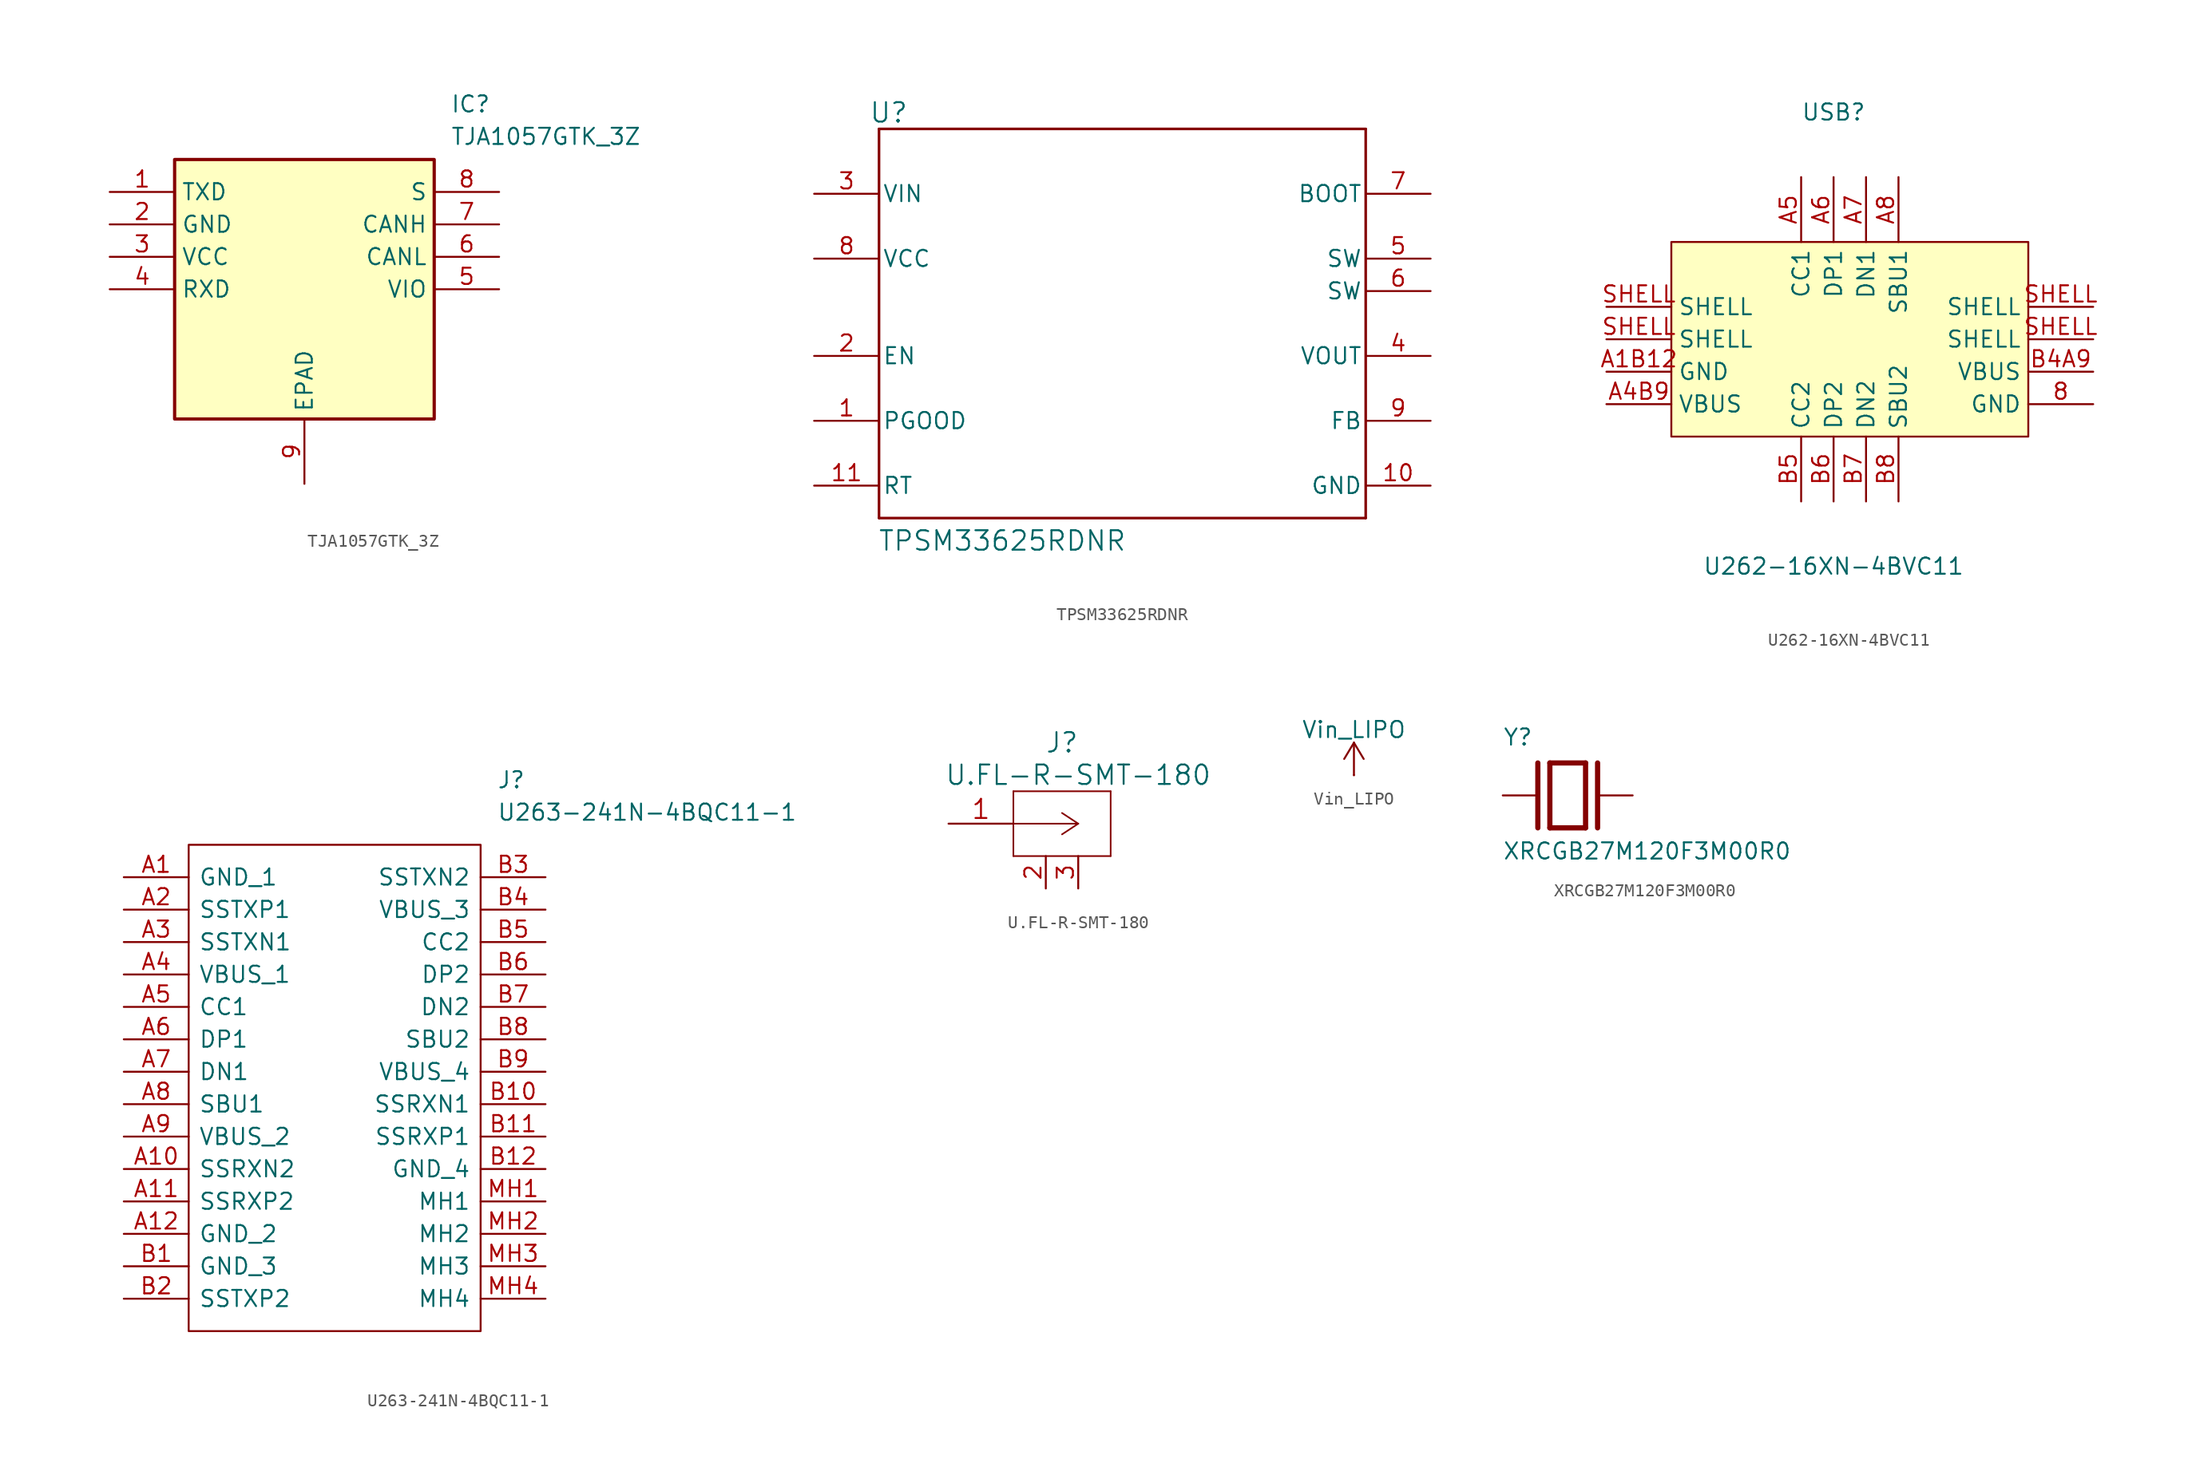
<source format=kicad_sym>
(kicad_symbol_lib
  (version 20231120)
  (generator "kicad_symbol_editor")
  (generator_version "8.0")
  (symbol "TJA1057GTK_3Z"
    (property "Reference" "IC"
      (at 26.67 7.62 0)
      (effects (font (size 1.27 1.27)) (justify left top)))
    (property "Value" "TJA1057GTK_3Z"
      (at 26.67 5.08 0)
      (effects (font (size 1.27 1.27)) (justify left top)))
    (symbol "TJA1057GTK_3Z_1_1"
      (rectangle (start 5.08 2.54) (end 25.4 -17.78) (stroke (width 0.254) (type default)) (fill (type background)))
      (pin passive line (at 0 0 0) (length 5.08) (name "TXD" (effects (font (size 1.27 1.27)))) (number "1" (effects (font (size 1.27 1.27)))))
      (pin passive line (at 0 -2.54 0) (length 5.08) (name "GND" (effects (font (size 1.27 1.27)))) (number "2" (effects (font (size 1.27 1.27)))))
      (pin passive line (at 0 -5.08 0) (length 5.08) (name "VCC" (effects (font (size 1.27 1.27)))) (number "3" (effects (font (size 1.27 1.27)))))
      (pin passive line (at 0 -7.62 0) (length 5.08) (name "RXD" (effects (font (size 1.27 1.27)))) (number "4" (effects (font (size 1.27 1.27)))))
      (pin passive line (at 30.48 -7.62 180) (length 5.08) (name "VIO" (effects (font (size 1.27 1.27)))) (number "5" (effects (font (size 1.27 1.27)))))
      (pin passive line (at 30.48 -5.08 180) (length 5.08) (name "CANL" (effects (font (size 1.27 1.27)))) (number "6" (effects (font (size 1.27 1.27)))))
      (pin passive line (at 30.48 -2.54 180) (length 5.08) (name "CANH" (effects (font (size 1.27 1.27)))) (number "7" (effects (font (size 1.27 1.27)))))
      (pin passive line (at 30.48 0 180) (length 5.08) (name "S" (effects (font (size 1.27 1.27)))) (number "8" (effects (font (size 1.27 1.27)))))
      (pin passive line (at 15.24 -22.86 90) (length 5.08) (name "EPAD" (effects (font (size 1.27 1.27)))) (number "9" (effects (font (size 1.27 1.27)))))))
  (symbol "TPSM33625RDNR"
    (pin_names
      (offset 0.254))
    (property "Reference" "U"
      (at 5.842 6.35 0)
      (effects (font (size 1.524 1.524))))
    (property "Value" "TPSM33625RDNR"
      (at 14.732 -27.178 0)
      (effects (font (size 1.524 1.524))))
    (property "ki_locked" ""
      (at 0 0 0)
      (effects (font (size 1.27 1.27))))
    (symbol "TPSM33625RDNR_0_1"
      (polyline (pts (xy 5.08 -25.4) (xy 43.18 -25.4)) (stroke (width 0.203) (type default)) (fill (type none)))
      (polyline (pts (xy 5.08 5.08) (xy 5.08 -25.4)) (stroke (width 0.203) (type default)) (fill (type none)))
      (polyline (pts (xy 43.18 -25.4) (xy 43.18 5.08)) (stroke (width 0.203) (type default)) (fill (type none)))
      (polyline (pts (xy 43.18 5.08) (xy 5.08 5.08)) (stroke (width 0.203) (type default)) (fill (type none)))
      (pin open_collector line (at 0 -17.78 0) (length 5.08) (name "PGOOD" (effects (font (size 1.27 1.27)))) (number "1" (effects (font (size 1.27 1.27)))))
      (pin power_in line (at 48.26 -22.86 180) (length 5.08) (name "GND" (effects (font (size 1.27 1.27)))) (number "10" (effects (font (size 1.27 1.27)))))
      (pin unspecified line (at 0 -22.86 0) (length 5.08) (name "RT" (effects (font (size 1.27 1.27)))) (number "11" (effects (font (size 1.27 1.27)))))
      (pin input line (at 0 -12.7 0) (length 5.08) (name "EN" (effects (font (size 1.27 1.27)))) (number "2" (effects (font (size 1.27 1.27)))))
      (pin power_in line (at 0 0 0) (length 5.08) (name "VIN" (effects (font (size 1.27 1.27)))) (number "3" (effects (font (size 1.27 1.27)))))
      (pin power_in line (at 48.26 -12.7 180) (length 5.08) (name "VOUT" (effects (font (size 1.27 1.27)))) (number "4" (effects (font (size 1.27 1.27)))))
      (pin unspecified line (at 48.26 -5.08 180) (length 5.08) (name "SW" (effects (font (size 1.27 1.27)))) (number "5" (effects (font (size 1.27 1.27)))))
      (pin unspecified line (at 48.26 -7.62 180) (length 5.08) (name "SW" (effects (font (size 1.27 1.27)))) (number "6" (effects (font (size 1.27 1.27)))))
      (pin unspecified line (at 48.26 0 180) (length 5.08) (name "BOOT" (effects (font (size 1.27 1.27)))) (number "7" (effects (font (size 1.27 1.27)))))
      (pin unspecified line (at 0 -5.08 0) (length 5.08) (name "VCC" (effects (font (size 1.27 1.27)))) (number "8" (effects (font (size 1.27 1.27)))))
      (pin unspecified line (at 48.26 -17.78 180) (length 5.08) (name "FB" (effects (font (size 1.27 1.27)))) (number "9" (effects (font (size 1.27 1.27)))))))
  (symbol "U262-16XN-4BVC11"
    (property "Reference" "USB"
      (at 0 17.78 0)
      (effects (font (size 1.27 1.27))))
    (property "Value" "U262-16XN-4BVC11"
      (at 0 -17.78 0)
      (effects (font (size 1.27 1.27))))
    (symbol "U262-16XN-4BVC11_0_1"
      (rectangle (start -12.7 7.62) (end 15.24 -7.62) (stroke (width 0) (type default)) (fill (type background)))
      (pin unspecified line (at 20.32 -5.08 180) (length 5.08) (name "GND" (effects (font (size 1.27 1.27)))) (number "8" (effects (font (size 1.27 1.27)))))
      (pin unspecified line (at -17.78 -2.54 0) (length 5.08) (name "GND" (effects (font (size 1.27 1.27)))) (number "A1B12" (effects (font (size 1.27 1.27)))))
      (pin unspecified line (at -17.78 -5.08 0) (length 5.08) (name "VBUS" (effects (font (size 1.27 1.27)))) (number "A4B9" (effects (font (size 1.27 1.27)))))
      (pin unspecified line (at -2.54 12.7 270) (length 5.08) (name "CC1" (effects (font (size 1.27 1.27)))) (number "A5" (effects (font (size 1.27 1.27)))))
      (pin unspecified line (at 0 12.7 270) (length 5.08) (name "DP1" (effects (font (size 1.27 1.27)))) (number "A6" (effects (font (size 1.27 1.27)))))
      (pin unspecified line (at 2.54 12.7 270) (length 5.08) (name "DN1" (effects (font (size 1.27 1.27)))) (number "A7" (effects (font (size 1.27 1.27)))))
      (pin unspecified line (at 5.08 12.7 270) (length 5.08) (name "SBU1" (effects (font (size 1.27 1.27)))) (number "A8" (effects (font (size 1.27 1.27)))))
      (pin unspecified line (at 20.32 -2.54 180) (length 5.08) (name "VBUS" (effects (font (size 1.27 1.27)))) (number "B4A9" (effects (font (size 1.27 1.27)))))
      (pin unspecified line (at -2.54 -12.7 90) (length 5.08) (name "CC2" (effects (font (size 1.27 1.27)))) (number "B5" (effects (font (size 1.27 1.27)))))
      (pin unspecified line (at 0 -12.7 90) (length 5.08) (name "DP2" (effects (font (size 1.27 1.27)))) (number "B6" (effects (font (size 1.27 1.27)))))
      (pin unspecified line (at 2.54 -12.7 90) (length 5.08) (name "DN2" (effects (font (size 1.27 1.27)))) (number "B7" (effects (font (size 1.27 1.27)))))
      (pin unspecified line (at 5.08 -12.7 90) (length 5.08) (name "SBU2" (effects (font (size 1.27 1.27)))) (number "B8" (effects (font (size 1.27 1.27)))))
      (pin unspecified line (at -17.78 0 0) (length 5.08) (name "SHELL" (effects (font (size 1.27 1.27)))) (number "SHELL" (effects (font (size 1.27 1.27)))))
      (pin unspecified line (at -17.78 2.54 0) (length 5.08) (name "SHELL" (effects (font (size 1.27 1.27)))) (number "SHELL" (effects (font (size 1.27 1.27)))))
      (pin unspecified line (at 20.32 0 180) (length 5.08) (name "SHELL" (effects (font (size 1.27 1.27)))) (number "SHELL" (effects (font (size 1.27 1.27)))))
      (pin unspecified line (at 20.32 2.54 180) (length 5.08) (name "SHELL" (effects (font (size 1.27 1.27)))) (number "SHELL" (effects (font (size 1.27 1.27)))))))
  (symbol "U263-241N-4BQC11-1"
    (pin_names
      (offset 0.762))
    (property "Reference" "J"
      (at 29.21 7.62 0)
      (effects (font (size 1.27 1.27)) (justify left)))
    (property "Value" "U263-241N-4BQC11-1"
      (at 29.21 5.08 0)
      (effects (font (size 1.27 1.27)) (justify left)))
    (symbol "U263-241N-4BQC11-1_0_0"
      (pin passive line (at 0 0 0) (length 5.08) (name "GND_1" (effects (font (size 1.27 1.27)))) (number "A1" (effects (font (size 1.27 1.27)))))
      (pin passive line (at 0 -22.86 0) (length 5.08) (name "SSRXN2" (effects (font (size 1.27 1.27)))) (number "A10" (effects (font (size 1.27 1.27)))))
      (pin passive line (at 0 -25.4 0) (length 5.08) (name "SSRXP2" (effects (font (size 1.27 1.27)))) (number "A11" (effects (font (size 1.27 1.27)))))
      (pin passive line (at 0 -27.94 0) (length 5.08) (name "GND_2" (effects (font (size 1.27 1.27)))) (number "A12" (effects (font (size 1.27 1.27)))))
      (pin passive line (at 0 -2.54 0) (length 5.08) (name "SSTXP1" (effects (font (size 1.27 1.27)))) (number "A2" (effects (font (size 1.27 1.27)))))
      (pin passive line (at 0 -5.08 0) (length 5.08) (name "SSTXN1" (effects (font (size 1.27 1.27)))) (number "A3" (effects (font (size 1.27 1.27)))))
      (pin passive line (at 0 -7.62 0) (length 5.08) (name "VBUS_1" (effects (font (size 1.27 1.27)))) (number "A4" (effects (font (size 1.27 1.27)))))
      (pin passive line (at 0 -10.16 0) (length 5.08) (name "CC1" (effects (font (size 1.27 1.27)))) (number "A5" (effects (font (size 1.27 1.27)))))
      (pin passive line (at 0 -12.7 0) (length 5.08) (name "DP1" (effects (font (size 1.27 1.27)))) (number "A6" (effects (font (size 1.27 1.27)))))
      (pin passive line (at 0 -15.24 0) (length 5.08) (name "DN1" (effects (font (size 1.27 1.27)))) (number "A7" (effects (font (size 1.27 1.27)))))
      (pin passive line (at 0 -17.78 0) (length 5.08) (name "SBU1" (effects (font (size 1.27 1.27)))) (number "A8" (effects (font (size 1.27 1.27)))))
      (pin passive line (at 0 -20.32 0) (length 5.08) (name "VBUS_2" (effects (font (size 1.27 1.27)))) (number "A9" (effects (font (size 1.27 1.27)))))
      (pin passive line (at 0 -30.48 0) (length 5.08) (name "GND_3" (effects (font (size 1.27 1.27)))) (number "B1" (effects (font (size 1.27 1.27)))))
      (pin passive line (at 33.02 -17.78 180) (length 5.08) (name "SSRXN1" (effects (font (size 1.27 1.27)))) (number "B10" (effects (font (size 1.27 1.27)))))
      (pin passive line (at 33.02 -20.32 180) (length 5.08) (name "SSRXP1" (effects (font (size 1.27 1.27)))) (number "B11" (effects (font (size 1.27 1.27)))))
      (pin passive line (at 33.02 -22.86 180) (length 5.08) (name "GND_4" (effects (font (size 1.27 1.27)))) (number "B12" (effects (font (size 1.27 1.27)))))
      (pin passive line (at 0 -33.02 0) (length 5.08) (name "SSTXP2" (effects (font (size 1.27 1.27)))) (number "B2" (effects (font (size 1.27 1.27)))))
      (pin passive line (at 33.02 0 180) (length 5.08) (name "SSTXN2" (effects (font (size 1.27 1.27)))) (number "B3" (effects (font (size 1.27 1.27)))))
      (pin passive line (at 33.02 -2.54 180) (length 5.08) (name "VBUS_3" (effects (font (size 1.27 1.27)))) (number "B4" (effects (font (size 1.27 1.27)))))
      (pin passive line (at 33.02 -5.08 180) (length 5.08) (name "CC2" (effects (font (size 1.27 1.27)))) (number "B5" (effects (font (size 1.27 1.27)))))
      (pin passive line (at 33.02 -7.62 180) (length 5.08) (name "DP2" (effects (font (size 1.27 1.27)))) (number "B6" (effects (font (size 1.27 1.27)))))
      (pin passive line (at 33.02 -10.16 180) (length 5.08) (name "DN2" (effects (font (size 1.27 1.27)))) (number "B7" (effects (font (size 1.27 1.27)))))
      (pin passive line (at 33.02 -12.7 180) (length 5.08) (name "SBU2" (effects (font (size 1.27 1.27)))) (number "B8" (effects (font (size 1.27 1.27)))))
      (pin passive line (at 33.02 -15.24 180) (length 5.08) (name "VBUS_4" (effects (font (size 1.27 1.27)))) (number "B9" (effects (font (size 1.27 1.27)))))
      (pin passive line (at 33.02 -25.4 180) (length 5.08) (name "MH1" (effects (font (size 1.27 1.27)))) (number "MH1" (effects (font (size 1.27 1.27)))))
      (pin passive line (at 33.02 -27.94 180) (length 5.08) (name "MH2" (effects (font (size 1.27 1.27)))) (number "MH2" (effects (font (size 1.27 1.27)))))
      (pin passive line (at 33.02 -30.48 180) (length 5.08) (name "MH3" (effects (font (size 1.27 1.27)))) (number "MH3" (effects (font (size 1.27 1.27)))))
      (pin passive line (at 33.02 -33.02 180) (length 5.08) (name "MH4" (effects (font (size 1.27 1.27)))) (number "MH4" (effects (font (size 1.27 1.27))))))
    (symbol "U263-241N-4BQC11-1_0_1"
      (polyline (pts (xy 5.08 2.54) (xy 27.94 2.54) (xy 27.94 -35.56) (xy 5.08 -35.56) (xy 5.08 2.54)) (stroke (width 0.152) (type default)) (fill (type none)))))
  (symbol "U.FL-R-SMT-180"
    (pin_names
      (offset 0.254) hide)
    (property "Reference" "J"
      (at 8.89 6.35 0)
      (effects (font (size 1.524 1.524))))
    (property "Value" "U.FL-R-SMT-180"
      (at 10.16 3.81 0)
      (effects (font (size 1.524 1.524))))
    (property "Datasheet" ""
      (at 0 0 0)
      (effects (font (size 1.524 1.524))))
    (property "ki_locked" ""
      (at 0 0 0)
      (effects (font (size 1.27 1.27))))
    (symbol "U.FL-R-SMT-180_1_1"
      (polyline (pts (xy 5.08 -2.54) (xy 12.7 -2.54)) (stroke (width 0.127) (type default)) (fill (type none)))
      (polyline (pts (xy 5.08 2.54) (xy 5.08 -2.54)) (stroke (width 0.127) (type default)) (fill (type none)))
      (polyline (pts (xy 10.16 0) (xy 5.08 0)) (stroke (width 0.127) (type default)) (fill (type none)))
      (polyline (pts (xy 10.16 0) (xy 8.89 -0.838)) (stroke (width 0.127) (type default)) (fill (type none)))
      (polyline (pts (xy 10.16 0) (xy 8.89 0.838)) (stroke (width 0.127) (type default)) (fill (type none)))
      (polyline (pts (xy 12.7 -2.54) (xy 12.7 2.54)) (stroke (width 0.127) (type default)) (fill (type none)))
      (polyline (pts (xy 12.7 2.54) (xy 5.08 2.54)) (stroke (width 0.127) (type default)) (fill (type none)))
      (pin output line (at 0 0 0) (length 5.08) (name "1" (effects (font (size 1.499 1.499)))) (number "1" (effects (font (size 1.499 1.499)))))
      (pin power_in line (at 7.62 -5.08 90) (length 2.54) (name "GND" (effects (font (size 1.27 1.27)))) (number "2" (effects (font (size 1.27 1.27)))))
      (pin power_in line (at 10.16 -5.08 90) (length 2.54) (name "GND" (effects (font (size 1.27 1.27)))) (number "3" (effects (font (size 1.27 1.27)))))))
  (symbol "Vin_LIPO"
    (power)
    (pin_numbers hide)
    (pin_names
      (offset 0) hide)
    (property "Reference" "#PWR"
      (at 0 -3.81 0)
      (effects (font (size 1.27 1.27)) (hide yes)))
    (property "Value" "Vin_LIPO"
      (at 0 3.556 0)
      (effects (font (size 1.27 1.27))))
    (symbol "Vin_LIPO_0_1"
      (polyline (pts (xy -0.762 1.27) (xy 0 2.54)) (stroke (width 0) (type default)) (fill (type none)))
      (polyline (pts (xy 0 0) (xy 0 2.54)) (stroke (width 0) (type default)) (fill (type none)))
      (polyline (pts (xy 0 2.54) (xy 0.762 1.27)) (stroke (width 0) (type default)) (fill (type none))))
    (symbol "Vin_LIPO_1_1"
      (pin power_in line (at 0 0 90) (length 0) (name "~" (effects (font (size 1.27 1.27)))) (number "1" (effects (font (size 1.27 1.27)))))))
  (symbol "XRCGB27M120F3M00R0"
    (pin_numbers hide)
    (pin_names
      (offset 1.016) hide)
    (property "Reference" "Y"
      (at -5.08 3.81 0)
      (effects (font (size 1.27 1.27)) (justify left bottom)))
    (property "Value" "XRCGB27M120F3M00R0"
      (at -5.105 -5.105 0)
      (effects (font (size 1.27 1.27)) (justify left bottom)))
    (property "ki_locked" ""
      (at 0 0 0)
      (effects (font (size 1.27 1.27))))
    (symbol "XRCGB27M120F3M00R0_0_0"
      (polyline (pts (xy -2.337 2.54) (xy -2.337 -2.54)) (stroke (width 0.406) (type default)) (fill (type none)))
      (polyline (pts (xy -1.397 2.54) (xy -1.397 -2.54)) (stroke (width 0.406) (type default)) (fill (type none)))
      (polyline (pts (xy -1.397 2.54) (xy 1.397 2.54)) (stroke (width 0.406) (type default)) (fill (type none)))
      (polyline (pts (xy 1.397 -2.54) (xy -1.397 -2.54)) (stroke (width 0.406) (type default)) (fill (type none)))
      (polyline (pts (xy 1.397 2.54) (xy 1.397 -2.54)) (stroke (width 0.406) (type default)) (fill (type none)))
      (polyline (pts (xy 2.337 2.54) (xy 2.337 -2.54)) (stroke (width 0.406) (type default)) (fill (type none)))
      (pin passive line (at -5.08 0 0) (length 2.54) (name "~" (effects (font (size 1.016 1.016)))) (number "1" (effects (font (size 1.016 1.016)))))
      (pin passive line (at 5.08 0 180) (length 2.54) (name "~" (effects (font (size 1.016 1.016)))) (number "3" (effects (font (size 1.016 1.016))))))
    (symbol "XRCGB27M120F3M00R0_1_1"
      (pin no_connect line (at 0 3.81 0) (length 3) hide (name "nc" (effects (font (size 1 1)))) (number "2" (effects (font (size 1 1)))))
      (pin no_connect line (at 0 5.08 0) (length 3) hide (name "nc" (effects (font (size 1 1)))) (number "4" (effects (font (size 1 1))))))))
</source>
